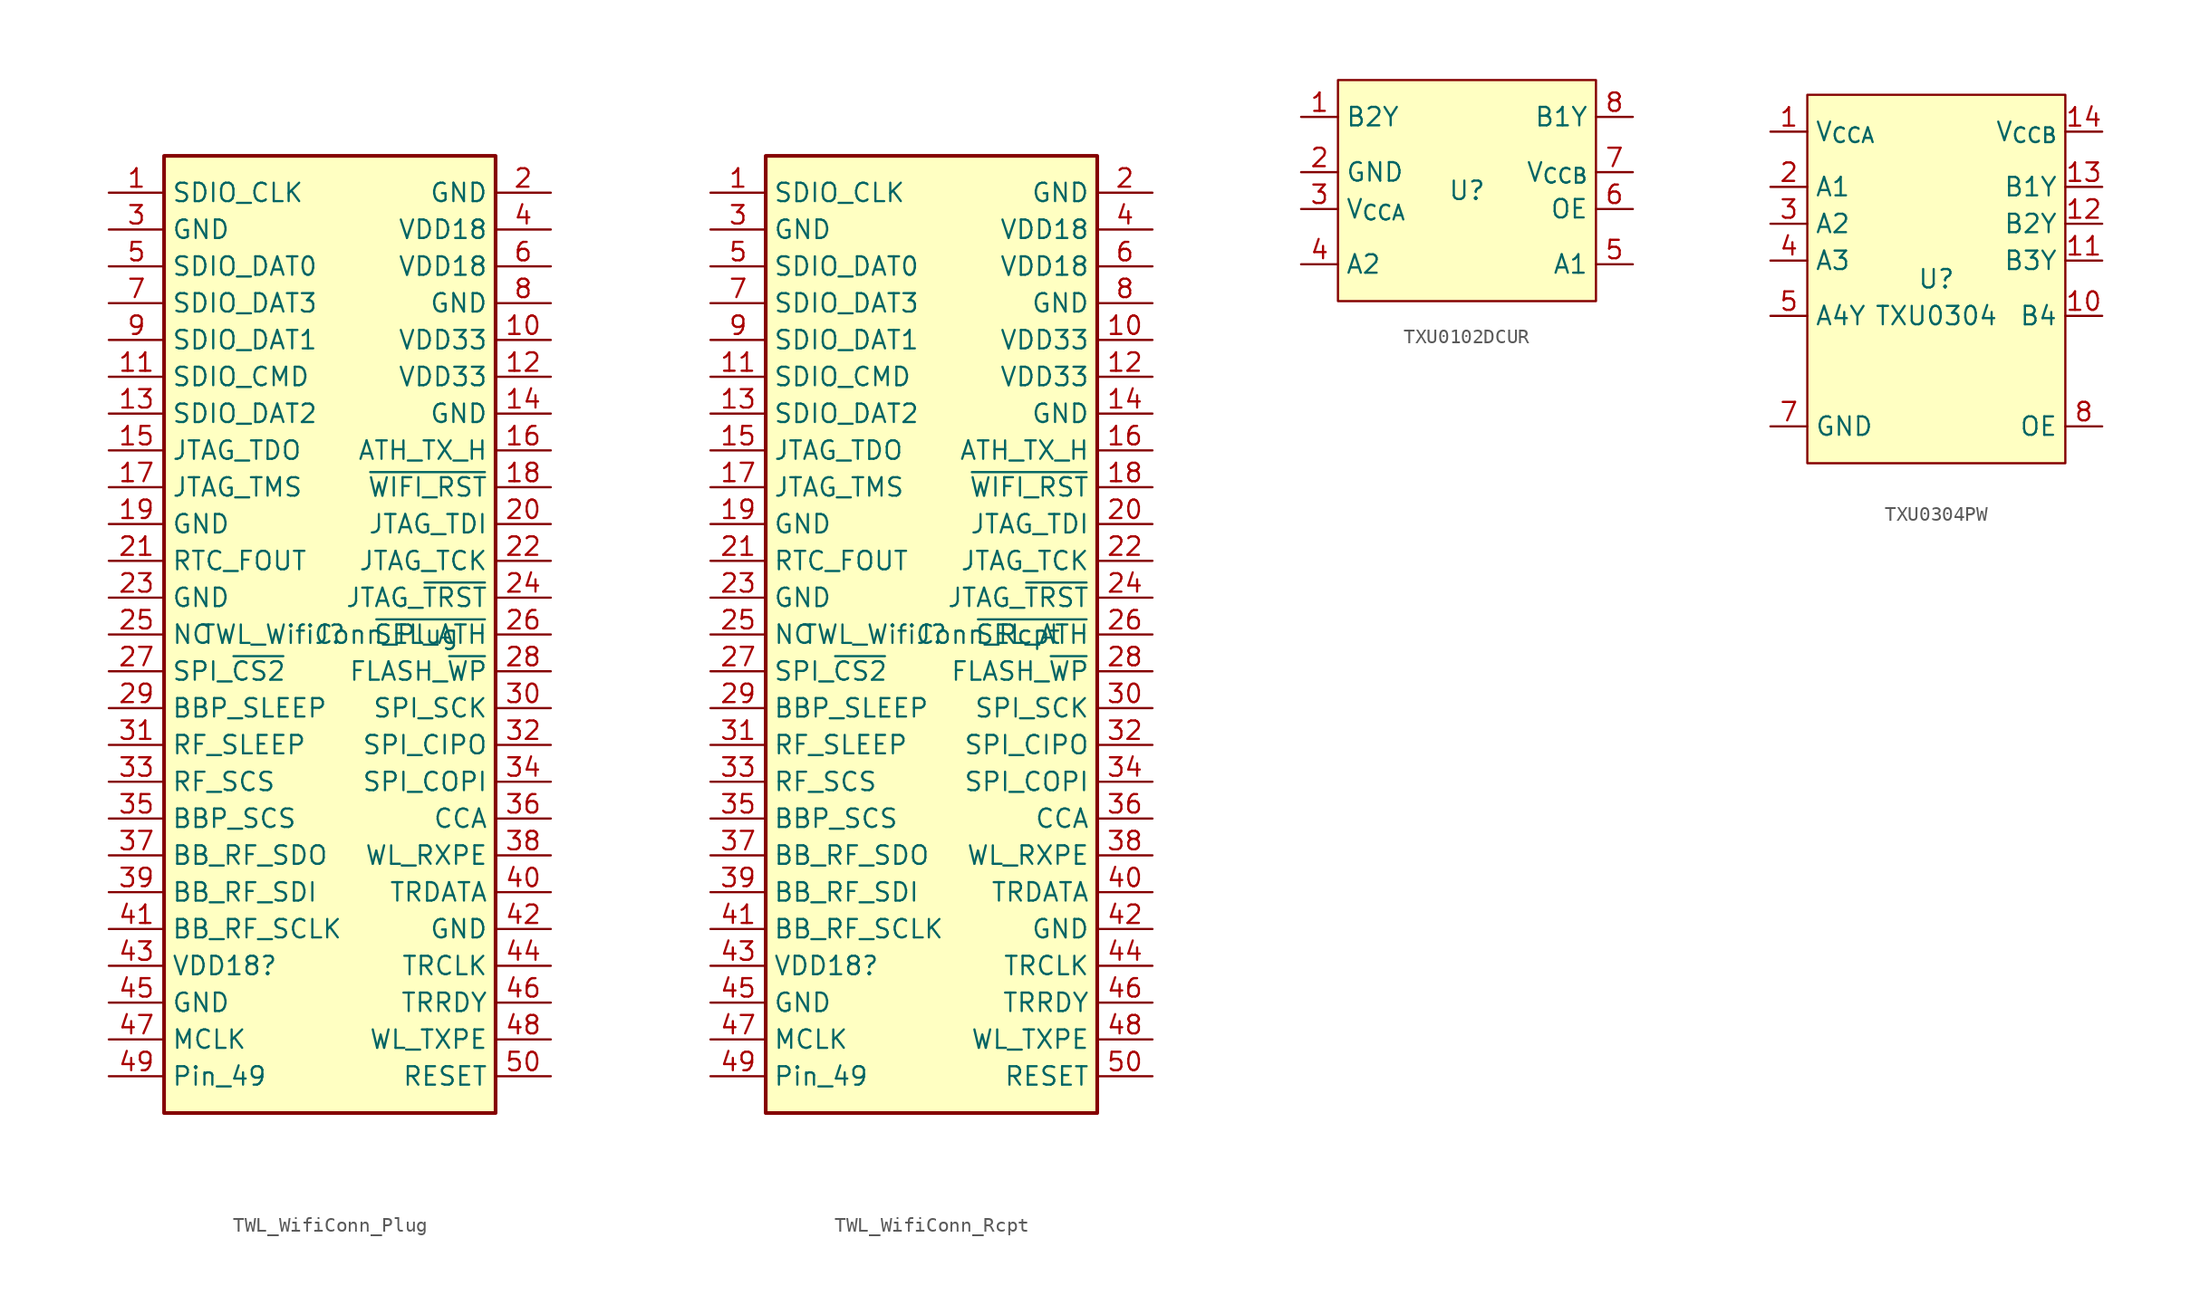
<source format=kicad_sym>
(kicad_symbol_lib
  (version 20231120)
  (generator "kicad_symbol_editor")
  (generator_version "8.0")
  (symbol "TWL_WifiConn_Plug"
    (property "Reference" "J"
      (at 0 0 0)
      (effects (font (size 1.27 1.27))))
    (property "Value" "TWL_WifiConn_Plug"
      (at 0 0 0)
      (effects (font (size 1.27 1.27))))
    (symbol "TWL_WifiConn_Plug_1_1"
      (rectangle (start -11.43 33.02) (end 11.43 -33.02) (stroke (width 0.254) (type default)) (fill (type background)))
      (pin output line (at -15.24 30.48 0) (length 3.81) (name "SDIO_CLK" (effects (font (size 1.27 1.27)))) (number "1" (effects (font (size 1.27 1.27)))))
      (pin power_out line (at 15.24 20.32 180) (length 3.81) (name "VDD33" (effects (font (size 1.27 1.27)))) (number "10" (effects (font (size 1.27 1.27)))))
      (pin output line (at -15.24 17.78 0) (length 3.81) (name "SDIO_CMD" (effects (font (size 1.27 1.27)))) (number "11" (effects (font (size 1.27 1.27)))))
      (pin power_out line (at 15.24 17.78 180) (length 3.81) (name "VDD33" (effects (font (size 1.27 1.27)))) (number "12" (effects (font (size 1.27 1.27)))))
      (pin bidirectional line (at -15.24 15.24 0) (length 3.81) (name "SDIO_DAT2" (effects (font (size 1.27 1.27)))) (number "13" (effects (font (size 1.27 1.27)))))
      (pin passive line (at 15.24 15.24 180) (length 3.81) (name "GND" (effects (font (size 1.27 1.27)))) (number "14" (effects (font (size 1.27 1.27)))))
      (pin input line (at -15.24 12.7 0) (length 3.81) (name "JTAG_TDO" (effects (font (size 1.27 1.27)))) (number "15" (effects (font (size 1.27 1.27)))))
      (pin passive line (at 15.24 12.7 180) (length 3.81) (name "ATH_TX_H" (effects (font (size 1.27 1.27)))) (number "16" (effects (font (size 1.27 1.27)))))
      (pin output line (at -15.24 10.16 0) (length 3.81) (name "JTAG_TMS" (effects (font (size 1.27 1.27)))) (number "17" (effects (font (size 1.27 1.27)))))
      (pin output line (at 15.24 10.16 180) (length 3.81) (name "~{WIFI_RST}" (effects (font (size 1.27 1.27)))) (number "18" (effects (font (size 1.27 1.27)))))
      (pin passive line (at -15.24 7.62 0) (length 3.81) (name "GND" (effects (font (size 1.27 1.27)))) (number "19" (effects (font (size 1.27 1.27)))))
      (pin passive line (at 15.24 30.48 180) (length 3.81) (name "GND" (effects (font (size 1.27 1.27)))) (number "2" (effects (font (size 1.27 1.27)))))
      (pin output line (at 15.24 7.62 180) (length 3.81) (name "JTAG_TDI" (effects (font (size 1.27 1.27)))) (number "20" (effects (font (size 1.27 1.27)))))
      (pin output line (at -15.24 5.08 0) (length 3.81) (name "RTC_FOUT" (effects (font (size 1.27 1.27)))) (number "21" (effects (font (size 1.27 1.27)))))
      (pin output line (at 15.24 5.08 180) (length 3.81) (name "JTAG_TCK" (effects (font (size 1.27 1.27)))) (number "22" (effects (font (size 1.27 1.27)))))
      (pin passive line (at -15.24 2.54 0) (length 3.81) (name "GND" (effects (font (size 1.27 1.27)))) (number "23" (effects (font (size 1.27 1.27)))))
      (pin output line (at 15.24 2.54 180) (length 3.81) (name "JTAG_~{TRST}" (effects (font (size 1.27 1.27)))) (number "24" (effects (font (size 1.27 1.27)))))
      (pin passive line (at -15.24 0 0) (length 3.81) (name "NC" (effects (font (size 1.27 1.27)))) (number "25" (effects (font (size 1.27 1.27)))))
      (pin passive line (at 15.24 0 180) (length 3.81) (name "~{SEL_ATH}" (effects (font (size 1.27 1.27)))) (number "26" (effects (font (size 1.27 1.27)))))
      (pin output line (at -15.24 -2.54 0) (length 3.81) (name "SPI_~{CS2}" (effects (font (size 1.27 1.27)))) (number "27" (effects (font (size 1.27 1.27)))))
      (pin output line (at 15.24 -2.54 180) (length 3.81) (name "FLASH_~{WP}" (effects (font (size 1.27 1.27)))) (number "28" (effects (font (size 1.27 1.27)))))
      (pin passive line (at -15.24 -5.08 0) (length 3.81) (name "BBP_SLEEP" (effects (font (size 1.27 1.27)))) (number "29" (effects (font (size 1.27 1.27)))))
      (pin passive line (at -15.24 27.94 0) (length 3.81) (name "GND" (effects (font (size 1.27 1.27)))) (number "3" (effects (font (size 1.27 1.27)))))
      (pin output line (at 15.24 -5.08 180) (length 3.81) (name "SPI_SCK" (effects (font (size 1.27 1.27)))) (number "30" (effects (font (size 1.27 1.27)))))
      (pin passive line (at -15.24 -7.62 0) (length 3.81) (name "RF_SLEEP" (effects (font (size 1.27 1.27)))) (number "31" (effects (font (size 1.27 1.27)))))
      (pin input line (at 15.24 -7.62 180) (length 3.81) (name "SPI_CIPO" (effects (font (size 1.27 1.27)))) (number "32" (effects (font (size 1.27 1.27)))))
      (pin passive line (at -15.24 -10.16 0) (length 3.81) (name "RF_SCS" (effects (font (size 1.27 1.27)))) (number "33" (effects (font (size 1.27 1.27)))))
      (pin output line (at 15.24 -10.16 180) (length 3.81) (name "SPI_COPI" (effects (font (size 1.27 1.27)))) (number "34" (effects (font (size 1.27 1.27)))))
      (pin passive line (at -15.24 -12.7 0) (length 3.81) (name "BBP_SCS" (effects (font (size 1.27 1.27)))) (number "35" (effects (font (size 1.27 1.27)))))
      (pin passive line (at 15.24 -12.7 180) (length 3.81) (name "CCA" (effects (font (size 1.27 1.27)))) (number "36" (effects (font (size 1.27 1.27)))))
      (pin passive line (at -15.24 -15.24 0) (length 3.81) (name "BB_RF_SDO" (effects (font (size 1.27 1.27)))) (number "37" (effects (font (size 1.27 1.27)))))
      (pin passive line (at 15.24 -15.24 180) (length 3.81) (name "WL_RXPE" (effects (font (size 1.27 1.27)))) (number "38" (effects (font (size 1.27 1.27)))))
      (pin passive line (at -15.24 -17.78 0) (length 3.81) (name "BB_RF_SDI" (effects (font (size 1.27 1.27)))) (number "39" (effects (font (size 1.27 1.27)))))
      (pin power_out line (at 15.24 27.94 180) (length 3.81) (name "VDD18" (effects (font (size 1.27 1.27)))) (number "4" (effects (font (size 1.27 1.27)))))
      (pin passive line (at 15.24 -17.78 180) (length 3.81) (name "TRDATA" (effects (font (size 1.27 1.27)))) (number "40" (effects (font (size 1.27 1.27)))))
      (pin passive line (at -15.24 -20.32 0) (length 3.81) (name "BB_RF_SCLK" (effects (font (size 1.27 1.27)))) (number "41" (effects (font (size 1.27 1.27)))))
      (pin passive line (at 15.24 -20.32 180) (length 3.81) (name "GND" (effects (font (size 1.27 1.27)))) (number "42" (effects (font (size 1.27 1.27)))))
      (pin passive line (at -15.24 -22.86 0) (length 3.81) (name "VDD18?" (effects (font (size 1.27 1.27)))) (number "43" (effects (font (size 1.27 1.27)))))
      (pin passive line (at 15.24 -22.86 180) (length 3.81) (name "TRCLK" (effects (font (size 1.27 1.27)))) (number "44" (effects (font (size 1.27 1.27)))))
      (pin passive line (at -15.24 -25.4 0) (length 3.81) (name "GND" (effects (font (size 1.27 1.27)))) (number "45" (effects (font (size 1.27 1.27)))))
      (pin passive line (at 15.24 -25.4 180) (length 3.81) (name "TRRDY" (effects (font (size 1.27 1.27)))) (number "46" (effects (font (size 1.27 1.27)))))
      (pin passive line (at -15.24 -27.94 0) (length 3.81) (name "MCLK" (effects (font (size 1.27 1.27)))) (number "47" (effects (font (size 1.27 1.27)))))
      (pin passive line (at 15.24 -27.94 180) (length 3.81) (name "WL_TXPE" (effects (font (size 1.27 1.27)))) (number "48" (effects (font (size 1.27 1.27)))))
      (pin passive line (at -15.24 -30.48 0) (length 3.81) (name "Pin_49" (effects (font (size 1.27 1.27)))) (number "49" (effects (font (size 1.27 1.27)))))
      (pin bidirectional line (at -15.24 25.4 0) (length 3.81) (name "SDIO_DAT0" (effects (font (size 1.27 1.27)))) (number "5" (effects (font (size 1.27 1.27)))))
      (pin passive line (at 15.24 -30.48 180) (length 3.81) (name "RESET" (effects (font (size 1.27 1.27)))) (number "50" (effects (font (size 1.27 1.27)))))
      (pin power_out line (at 15.24 25.4 180) (length 3.81) (name "VDD18" (effects (font (size 1.27 1.27)))) (number "6" (effects (font (size 1.27 1.27)))))
      (pin bidirectional line (at -15.24 22.86 0) (length 3.81) (name "SDIO_DAT3" (effects (font (size 1.27 1.27)))) (number "7" (effects (font (size 1.27 1.27)))))
      (pin passive line (at 15.24 22.86 180) (length 3.81) (name "GND" (effects (font (size 1.27 1.27)))) (number "8" (effects (font (size 1.27 1.27)))))
      (pin bidirectional line (at -15.24 20.32 0) (length 3.81) (name "SDIO_DAT1" (effects (font (size 1.27 1.27)))) (number "9" (effects (font (size 1.27 1.27)))))))
  (symbol "TWL_WifiConn_Rcpt"
    (property "Reference" "J"
      (at 0 0 0)
      (effects (font (size 1.27 1.27))))
    (property "Value" "TWL_WifiConn_Rcpt"
      (at 0 0 0)
      (effects (font (size 1.27 1.27))))
    (symbol "TWL_WifiConn_Rcpt_1_1"
      (rectangle (start -11.43 33.02) (end 11.43 -33.02) (stroke (width 0.254) (type default)) (fill (type background)))
      (pin input line (at -15.24 30.48 0) (length 3.81) (name "SDIO_CLK" (effects (font (size 1.27 1.27)))) (number "1" (effects (font (size 1.27 1.27)))))
      (pin power_in line (at 15.24 20.32 180) (length 3.81) (name "VDD33" (effects (font (size 1.27 1.27)))) (number "10" (effects (font (size 1.27 1.27)))))
      (pin input line (at -15.24 17.78 0) (length 3.81) (name "SDIO_CMD" (effects (font (size 1.27 1.27)))) (number "11" (effects (font (size 1.27 1.27)))))
      (pin power_in line (at 15.24 17.78 180) (length 3.81) (name "VDD33" (effects (font (size 1.27 1.27)))) (number "12" (effects (font (size 1.27 1.27)))))
      (pin bidirectional line (at -15.24 15.24 0) (length 3.81) (name "SDIO_DAT2" (effects (font (size 1.27 1.27)))) (number "13" (effects (font (size 1.27 1.27)))))
      (pin passive line (at 15.24 15.24 180) (length 3.81) (name "GND" (effects (font (size 1.27 1.27)))) (number "14" (effects (font (size 1.27 1.27)))))
      (pin output line (at -15.24 12.7 0) (length 3.81) (name "JTAG_TDO" (effects (font (size 1.27 1.27)))) (number "15" (effects (font (size 1.27 1.27)))))
      (pin passive line (at 15.24 12.7 180) (length 3.81) (name "ATH_TX_H" (effects (font (size 1.27 1.27)))) (number "16" (effects (font (size 1.27 1.27)))))
      (pin input line (at -15.24 10.16 0) (length 3.81) (name "JTAG_TMS" (effects (font (size 1.27 1.27)))) (number "17" (effects (font (size 1.27 1.27)))))
      (pin input line (at 15.24 10.16 180) (length 3.81) (name "~{WIFI_RST}" (effects (font (size 1.27 1.27)))) (number "18" (effects (font (size 1.27 1.27)))))
      (pin passive line (at -15.24 7.62 0) (length 3.81) (name "GND" (effects (font (size 1.27 1.27)))) (number "19" (effects (font (size 1.27 1.27)))))
      (pin passive line (at 15.24 30.48 180) (length 3.81) (name "GND" (effects (font (size 1.27 1.27)))) (number "2" (effects (font (size 1.27 1.27)))))
      (pin input line (at 15.24 7.62 180) (length 3.81) (name "JTAG_TDI" (effects (font (size 1.27 1.27)))) (number "20" (effects (font (size 1.27 1.27)))))
      (pin input line (at -15.24 5.08 0) (length 3.81) (name "RTC_FOUT" (effects (font (size 1.27 1.27)))) (number "21" (effects (font (size 1.27 1.27)))))
      (pin input line (at 15.24 5.08 180) (length 3.81) (name "JTAG_TCK" (effects (font (size 1.27 1.27)))) (number "22" (effects (font (size 1.27 1.27)))))
      (pin passive line (at -15.24 2.54 0) (length 3.81) (name "GND" (effects (font (size 1.27 1.27)))) (number "23" (effects (font (size 1.27 1.27)))))
      (pin input line (at 15.24 2.54 180) (length 3.81) (name "JTAG_~{TRST}" (effects (font (size 1.27 1.27)))) (number "24" (effects (font (size 1.27 1.27)))))
      (pin passive line (at -15.24 0 0) (length 3.81) (name "NC" (effects (font (size 1.27 1.27)))) (number "25" (effects (font (size 1.27 1.27)))))
      (pin passive line (at 15.24 0 180) (length 3.81) (name "~{SEL_ATH}" (effects (font (size 1.27 1.27)))) (number "26" (effects (font (size 1.27 1.27)))))
      (pin input line (at -15.24 -2.54 0) (length 3.81) (name "SPI_~{CS2}" (effects (font (size 1.27 1.27)))) (number "27" (effects (font (size 1.27 1.27)))))
      (pin input line (at 15.24 -2.54 180) (length 3.81) (name "FLASH_~{WP}" (effects (font (size 1.27 1.27)))) (number "28" (effects (font (size 1.27 1.27)))))
      (pin passive line (at -15.24 -5.08 0) (length 3.81) (name "BBP_SLEEP" (effects (font (size 1.27 1.27)))) (number "29" (effects (font (size 1.27 1.27)))))
      (pin passive line (at -15.24 27.94 0) (length 3.81) (name "GND" (effects (font (size 1.27 1.27)))) (number "3" (effects (font (size 1.27 1.27)))))
      (pin input line (at 15.24 -5.08 180) (length 3.81) (name "SPI_SCK" (effects (font (size 1.27 1.27)))) (number "30" (effects (font (size 1.27 1.27)))))
      (pin passive line (at -15.24 -7.62 0) (length 3.81) (name "RF_SLEEP" (effects (font (size 1.27 1.27)))) (number "31" (effects (font (size 1.27 1.27)))))
      (pin output line (at 15.24 -7.62 180) (length 3.81) (name "SPI_CIPO" (effects (font (size 1.27 1.27)))) (number "32" (effects (font (size 1.27 1.27)))))
      (pin passive line (at -15.24 -10.16 0) (length 3.81) (name "RF_SCS" (effects (font (size 1.27 1.27)))) (number "33" (effects (font (size 1.27 1.27)))))
      (pin input line (at 15.24 -10.16 180) (length 3.81) (name "SPI_COPI" (effects (font (size 1.27 1.27)))) (number "34" (effects (font (size 1.27 1.27)))))
      (pin passive line (at -15.24 -12.7 0) (length 3.81) (name "BBP_SCS" (effects (font (size 1.27 1.27)))) (number "35" (effects (font (size 1.27 1.27)))))
      (pin passive line (at 15.24 -12.7 180) (length 3.81) (name "CCA" (effects (font (size 1.27 1.27)))) (number "36" (effects (font (size 1.27 1.27)))))
      (pin passive line (at -15.24 -15.24 0) (length 3.81) (name "BB_RF_SDO" (effects (font (size 1.27 1.27)))) (number "37" (effects (font (size 1.27 1.27)))))
      (pin passive line (at 15.24 -15.24 180) (length 3.81) (name "WL_RXPE" (effects (font (size 1.27 1.27)))) (number "38" (effects (font (size 1.27 1.27)))))
      (pin passive line (at -15.24 -17.78 0) (length 3.81) (name "BB_RF_SDI" (effects (font (size 1.27 1.27)))) (number "39" (effects (font (size 1.27 1.27)))))
      (pin power_in line (at 15.24 27.94 180) (length 3.81) (name "VDD18" (effects (font (size 1.27 1.27)))) (number "4" (effects (font (size 1.27 1.27)))))
      (pin passive line (at 15.24 -17.78 180) (length 3.81) (name "TRDATA" (effects (font (size 1.27 1.27)))) (number "40" (effects (font (size 1.27 1.27)))))
      (pin passive line (at -15.24 -20.32 0) (length 3.81) (name "BB_RF_SCLK" (effects (font (size 1.27 1.27)))) (number "41" (effects (font (size 1.27 1.27)))))
      (pin passive line (at 15.24 -20.32 180) (length 3.81) (name "GND" (effects (font (size 1.27 1.27)))) (number "42" (effects (font (size 1.27 1.27)))))
      (pin passive line (at -15.24 -22.86 0) (length 3.81) (name "VDD18?" (effects (font (size 1.27 1.27)))) (number "43" (effects (font (size 1.27 1.27)))))
      (pin passive line (at 15.24 -22.86 180) (length 3.81) (name "TRCLK" (effects (font (size 1.27 1.27)))) (number "44" (effects (font (size 1.27 1.27)))))
      (pin passive line (at -15.24 -25.4 0) (length 3.81) (name "GND" (effects (font (size 1.27 1.27)))) (number "45" (effects (font (size 1.27 1.27)))))
      (pin passive line (at 15.24 -25.4 180) (length 3.81) (name "TRRDY" (effects (font (size 1.27 1.27)))) (number "46" (effects (font (size 1.27 1.27)))))
      (pin passive line (at -15.24 -27.94 0) (length 3.81) (name "MCLK" (effects (font (size 1.27 1.27)))) (number "47" (effects (font (size 1.27 1.27)))))
      (pin passive line (at 15.24 -27.94 180) (length 3.81) (name "WL_TXPE" (effects (font (size 1.27 1.27)))) (number "48" (effects (font (size 1.27 1.27)))))
      (pin passive line (at -15.24 -30.48 0) (length 3.81) (name "Pin_49" (effects (font (size 1.27 1.27)))) (number "49" (effects (font (size 1.27 1.27)))))
      (pin bidirectional line (at -15.24 25.4 0) (length 3.81) (name "SDIO_DAT0" (effects (font (size 1.27 1.27)))) (number "5" (effects (font (size 1.27 1.27)))))
      (pin passive line (at 15.24 -30.48 180) (length 3.81) (name "RESET" (effects (font (size 1.27 1.27)))) (number "50" (effects (font (size 1.27 1.27)))))
      (pin power_in line (at 15.24 25.4 180) (length 3.81) (name "VDD18" (effects (font (size 1.27 1.27)))) (number "6" (effects (font (size 1.27 1.27)))))
      (pin bidirectional line (at -15.24 22.86 0) (length 3.81) (name "SDIO_DAT3" (effects (font (size 1.27 1.27)))) (number "7" (effects (font (size 1.27 1.27)))))
      (pin passive line (at 15.24 22.86 180) (length 3.81) (name "GND" (effects (font (size 1.27 1.27)))) (number "8" (effects (font (size 1.27 1.27)))))
      (pin bidirectional line (at -15.24 20.32 0) (length 3.81) (name "SDIO_DAT1" (effects (font (size 1.27 1.27)))) (number "9" (effects (font (size 1.27 1.27)))))))
  (symbol "TXU0102DCUR"
    (property "Reference" "U"
      (at 0 0 0)
      (effects (font (size 1.27 1.27))))
    (property "Value" ""
      (at 0 0 0)
      (effects (font (size 1.27 1.27))))
    (symbol "TXU0102DCUR_1_1"
      (rectangle (start -8.89 7.62) (end 8.89 -7.62) (stroke (width 0) (type default)) (fill (type background)))
      (pin output line (at -11.43 5.08 0) (length 2.54) (name "B2Y" (effects (font (size 1.27 1.27)))) (number "1" (effects (font (size 1.27 1.27)))))
      (pin passive line (at -11.43 1.27 0) (length 2.54) (name "GND" (effects (font (size 1.27 1.27)))) (number "2" (effects (font (size 1.27 1.27)))))
      (pin power_in line (at -11.43 -1.27 0) (length 2.54) (name "V_{CCA}" (effects (font (size 1.27 1.27)))) (number "3" (effects (font (size 1.27 1.27)))))
      (pin input line (at -11.43 -5.08 0) (length 2.54) (name "A2" (effects (font (size 1.27 1.27)))) (number "4" (effects (font (size 1.27 1.27)))))
      (pin input line (at 11.43 -5.08 180) (length 2.54) (name "A1" (effects (font (size 1.27 1.27)))) (number "5" (effects (font (size 1.27 1.27)))))
      (pin input line (at 11.43 -1.27 180) (length 2.54) (name "OE" (effects (font (size 1.27 1.27)))) (number "6" (effects (font (size 1.27 1.27)))))
      (pin power_in line (at 11.43 1.27 180) (length 2.54) (name "V_{CCB}" (effects (font (size 1.27 1.27)))) (number "7" (effects (font (size 1.27 1.27)))))
      (pin output line (at 11.43 5.08 180) (length 2.54) (name "B1Y" (effects (font (size 1.27 1.27)))) (number "8" (effects (font (size 1.27 1.27)))))))
  (symbol "TXU0304PW"
    (property "Reference" "U"
      (at 0 0 0)
      (effects (font (size 1.27 1.27))))
    (property "Value" "TXU0304"
      (at 0 -2.54 0)
      (effects (font (size 1.27 1.27))))
    (symbol "TXU0304PW_1_1"
      (rectangle (start -8.89 12.7) (end 8.89 -12.7) (stroke (width 0) (type default)) (fill (type background)))
      (pin power_in line (at -11.43 10.16 0) (length 2.54) (name "V_{CCA}" (effects (font (size 1.27 1.27)))) (number "1" (effects (font (size 1.27 1.27)))))
      (pin input line (at 11.43 -2.54 180) (length 2.54) (name "B4" (effects (font (size 1.27 1.27)))) (number "10" (effects (font (size 1.27 1.27)))))
      (pin output line (at 11.43 1.27 180) (length 2.54) (name "B3Y" (effects (font (size 1.27 1.27)))) (number "11" (effects (font (size 1.27 1.27)))))
      (pin output line (at 11.43 3.81 180) (length 2.54) (name "B2Y" (effects (font (size 1.27 1.27)))) (number "12" (effects (font (size 1.27 1.27)))))
      (pin output line (at 11.43 6.35 180) (length 2.54) (name "B1Y" (effects (font (size 1.27 1.27)))) (number "13" (effects (font (size 1.27 1.27)))))
      (pin power_in line (at 11.43 10.16 180) (length 2.54) (name "V_{CCB}" (effects (font (size 1.27 1.27)))) (number "14" (effects (font (size 1.27 1.27)))))
      (pin input line (at -11.43 6.35 0) (length 2.54) (name "A1" (effects (font (size 1.27 1.27)))) (number "2" (effects (font (size 1.27 1.27)))))
      (pin input line (at -11.43 3.81 0) (length 2.54) (name "A2" (effects (font (size 1.27 1.27)))) (number "3" (effects (font (size 1.27 1.27)))))
      (pin input line (at -11.43 1.27 0) (length 2.54) (name "A3" (effects (font (size 1.27 1.27)))) (number "4" (effects (font (size 1.27 1.27)))))
      (pin output line (at -11.43 -2.54 0) (length 2.54) (name "A4Y" (effects (font (size 1.27 1.27)))) (number "5" (effects (font (size 1.27 1.27)))))
      (pin no_connect line (at -11.43 -6.35 0) (length 2.54) hide (name "NC" (effects (font (size 1.27 1.27)))) (number "6" (effects (font (size 1.27 1.27)))))
      (pin passive line (at -11.43 -10.16 0) (length 2.54) (name "GND" (effects (font (size 1.27 1.27)))) (number "7" (effects (font (size 1.27 1.27)))))
      (pin input line (at 11.43 -10.16 180) (length 2.54) (name "OE" (effects (font (size 1.27 1.27)))) (number "8" (effects (font (size 1.27 1.27)))))
      (pin no_connect line (at 11.456 -6.362 180) (length 2.54) hide (name "NC" (effects (font (size 1.27 1.27)))) (number "9" (effects (font (size 1.27 1.27))))))))
</source>
